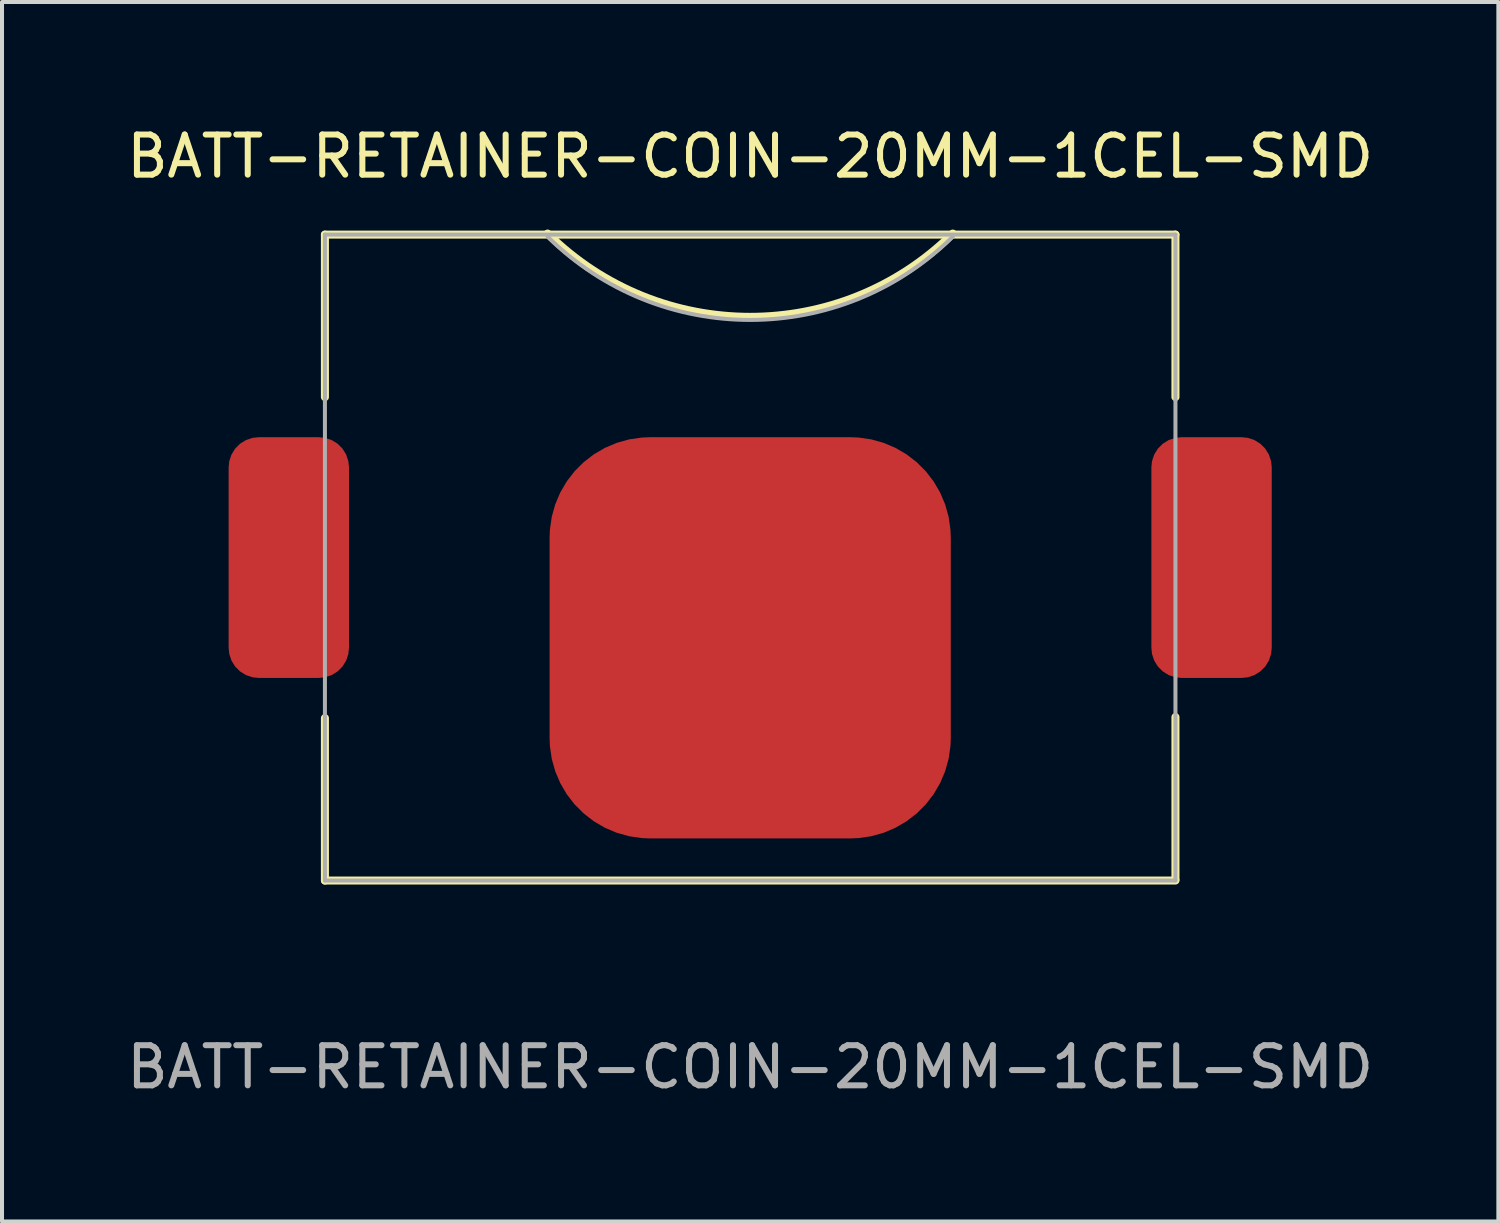
<source format=kicad_pcb>
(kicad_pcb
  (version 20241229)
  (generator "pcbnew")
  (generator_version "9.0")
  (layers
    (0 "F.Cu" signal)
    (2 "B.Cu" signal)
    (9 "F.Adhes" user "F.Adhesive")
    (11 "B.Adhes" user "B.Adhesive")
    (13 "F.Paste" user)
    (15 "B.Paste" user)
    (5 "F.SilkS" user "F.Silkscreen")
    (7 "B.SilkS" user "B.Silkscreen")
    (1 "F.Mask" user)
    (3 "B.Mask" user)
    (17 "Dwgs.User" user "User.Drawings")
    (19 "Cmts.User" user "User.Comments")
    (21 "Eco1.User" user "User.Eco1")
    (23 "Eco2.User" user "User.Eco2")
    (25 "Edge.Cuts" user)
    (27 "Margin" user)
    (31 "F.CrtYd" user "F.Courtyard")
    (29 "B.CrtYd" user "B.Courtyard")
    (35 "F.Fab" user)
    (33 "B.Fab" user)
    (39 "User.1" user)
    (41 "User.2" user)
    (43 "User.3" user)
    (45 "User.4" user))
  (footprint "BATT-RETAINER-COIN-20MM-1CEL-SMD"
    (layer "F.Cu")
    (at 15.649 10.848)
    (property "Reference" "BATT-RETAINER-COIN-20MM-1CEL-SMD" (at 0 -10 0) (unlocked yes) (layer "F.SilkS") (effects (font (size 1 1) (thickness 0.15))))
    (attr smd)
    (fp_line (start -10.6 -8.05) (end -10.6 -4) (stroke (width 0.2) (type solid)) (layer "F.SilkS"))
    (fp_line (start -10.6 -8.05) (end 10.6 -8.05) (stroke (width 0.2) (type solid)) (layer "F.SilkS"))
    (fp_line (start -10.6 4) (end -10.6 8.05) (stroke (width 0.2) (type solid)) (layer "F.SilkS"))
    (fp_line (start -10.6 8.05) (end 10.6 8.05) (stroke (width 0.2) (type solid)) (layer "F.SilkS"))
    (fp_line (start 10.6 -8.05) (end 10.6 -4) (stroke (width 0.2) (type solid)) (layer "F.SilkS"))
    (fp_line (start 10.6 3.975) (end 10.6 8.025) (stroke (width 0.2) (type solid)) (layer "F.SilkS"))
    (fp_arc (start 5.049748 -8.076202) (mid 0 -6) (end -5.049748 -8.076202) (stroke (width 0.2) (type solid)) (layer "F.SilkS"))
    (fp_line (start -10.6 -8.05) (end 10.6 -8.05) (stroke (width 0.1) (type solid)) (layer "F.Fab"))
    (fp_line (start -10.6 8.05) (end -10.6 -8.05) (stroke (width 0.1) (type solid)) (layer "F.Fab"))
    (fp_line (start -10.6 8.05) (end 10.6 8.05) (stroke (width 0.1) (type solid)) (layer "F.Fab"))
    (fp_line (start 10.6 8.05) (end 10.6 -8.05) (stroke (width 0.1) (type solid)) (layer "F.Fab"))
    (fp_arc (start 5.049748 -7.999503) (mid 0 -5.923301) (end -5.049748 -7.999503) (stroke (width 0.1) (type solid)) (layer "F.Fab"))
    (fp_text user "${REFERENCE}" (at 0 12.7 0) (unlocked yes) (layer "F.Fab") (effects (font (size 1 1) (thickness 0.15))))
    (pad "1" smd roundrect (at -11.5 0) (size 3 6) (layers "F.Cu" "F.Mask" "F.Paste") (roundrect_rratio 0.25))
    (pad "2" smd roundrect (at 11.5 0) (size 3 6) (layers "F.Cu" "F.Mask" "F.Paste") (roundrect_rratio 0.25))
    (pad "3" smd roundrect (at 0 2) (size 10 10) (layers "F.Cu" "F.Mask" "F.Paste") (roundrect_rratio 0.25)))
  (gr_rect
    (start -3 -3)
    (end 34.298 27.396)
    (stroke (width 0.1) (type default))
    (fill no)
    (layer "Edge.Cuts")))
</source>
